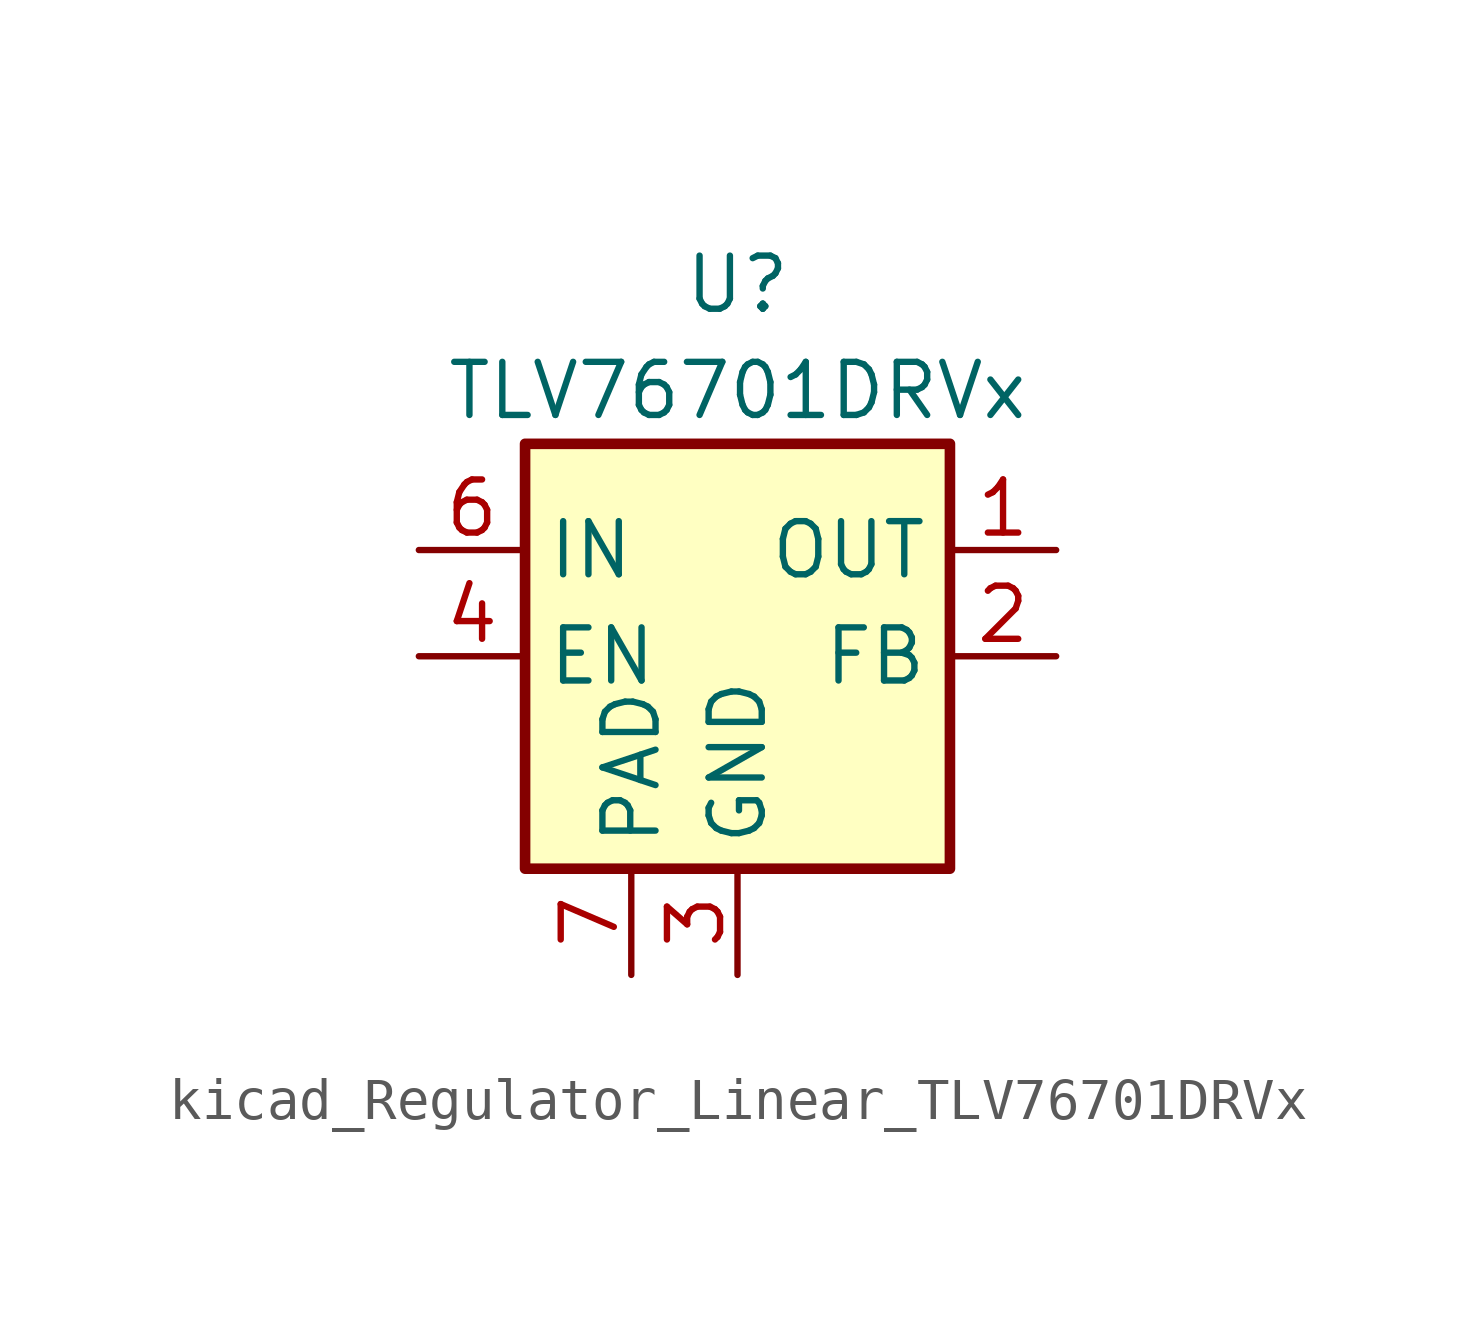
<source format=kicad_sym>
(kicad_symbol_lib
  (version 20220914)
  (generator kicad_symbol_editor)
  (symbol "kicad_Regulator_Linear_TLV76701DRVx"
    (property "Reference" "U"
      (at 0 8.89 0)
      (effects (font (size 1.27 1.27))))
    (property "Value" "TLV76701DRVx"
      (at 0 6.35 0)
      (effects (font (size 1.27 1.27))))
    (symbol "kicad_Regulator_Linear_TLV76701DRVx_0_1"
      (rectangle (start -5.08 -5.08) (end 5.08 5.08) (stroke (width 0.254) (type default)) (fill (type background))))
    (symbol "kicad_Regulator_Linear_TLV76701DRVx_1_1"
      (pin power_out line (at 7.62 2.54 180) (length 2.54) (name "OUT" (effects (font (size 1.27 1.27)))) (number "1" (effects (font (size 1.27 1.27)))))
      (pin input line (at 7.62 0 180) (length 2.54) (name "FB" (effects (font (size 1.27 1.27)))) (number "2" (effects (font (size 1.27 1.27)))))
      (pin power_in line (at 0 -7.62 90) (length 2.54) (name "GND" (effects (font (size 1.27 1.27)))) (number "3" (effects (font (size 1.27 1.27)))))
      (pin input line (at -7.62 0 0) (length 2.54) (name "EN" (effects (font (size 1.27 1.27)))) (number "4" (effects (font (size 1.27 1.27)))))
      (pin passive line (at 0 -7.62 90) (length 2.54) hide (name "GND" (effects (font (size 1.27 1.27)))) (number "5" (effects (font (size 1.27 1.27)))))
      (pin power_in line (at -7.62 2.54 0) (length 2.54) (name "IN" (effects (font (size 1.27 1.27)))) (number "6" (effects (font (size 1.27 1.27)))))
      (pin passive line (at -2.54 -7.62 90) (length 2.54) (name "PAD" (effects (font (size 1.27 1.27)))) (number "7" (effects (font (size 1.27 1.27))))))))
</source>
